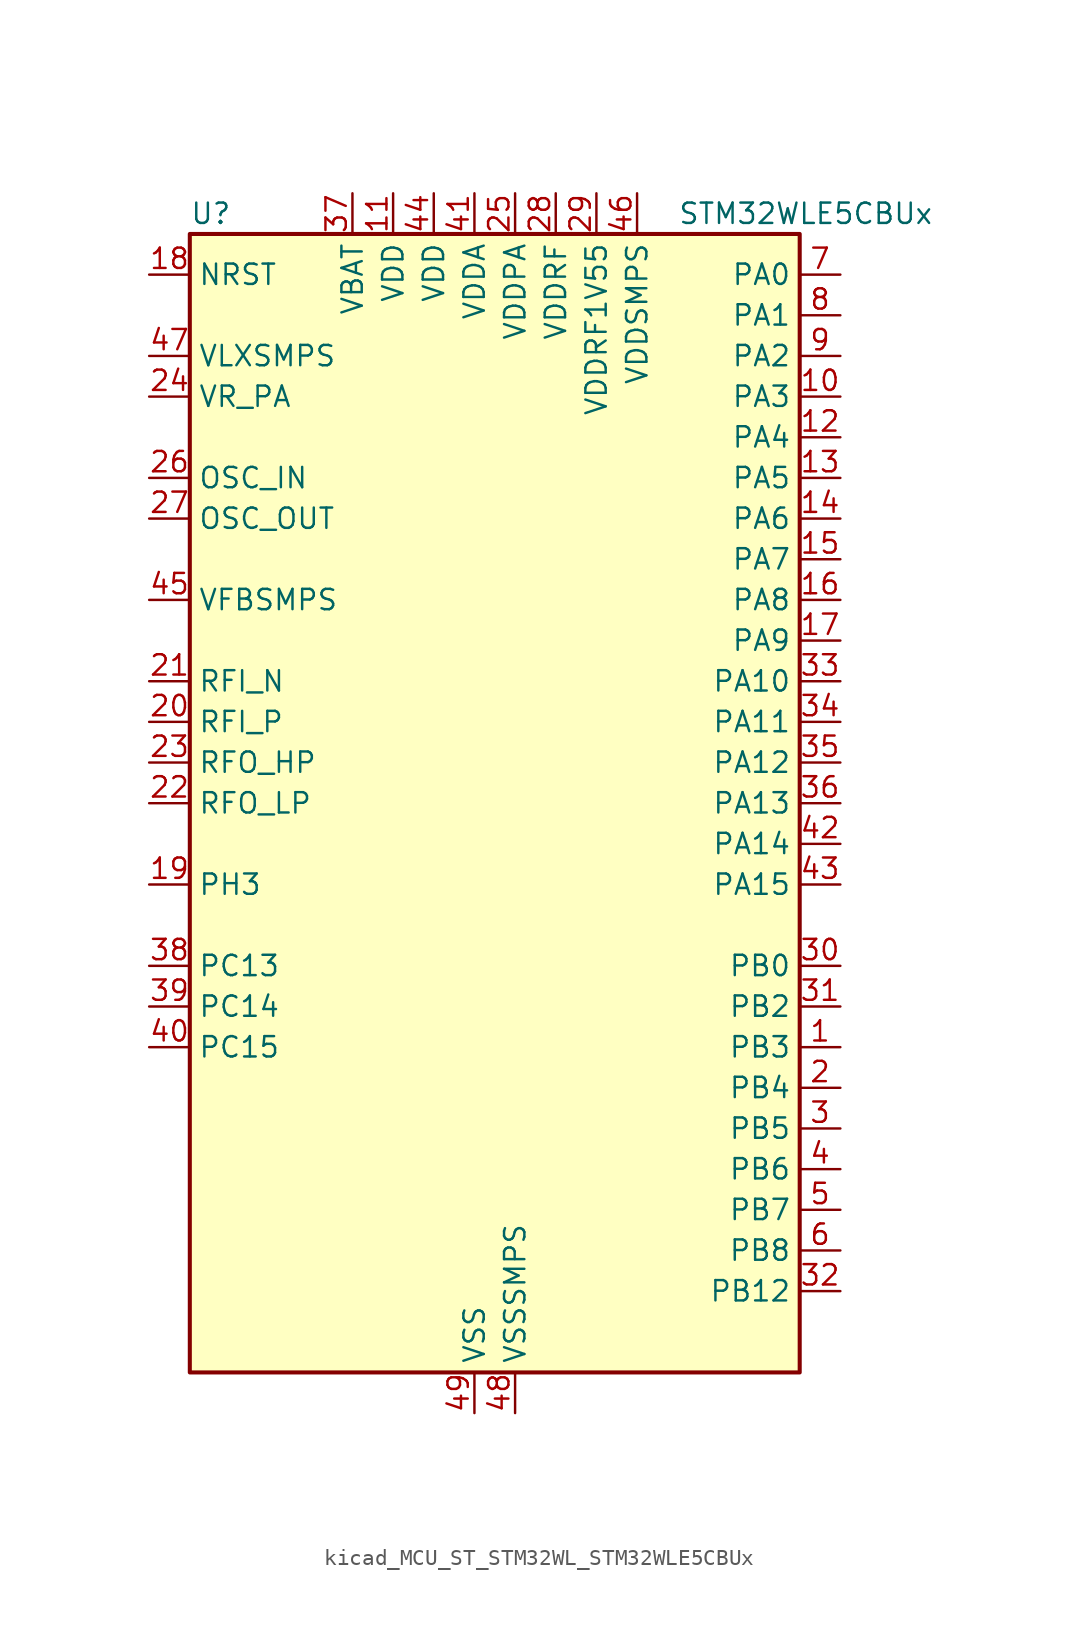
<source format=kicad_sym>
(kicad_symbol_lib
  (version 20220914)
  (generator kicad_symbol_editor)
  (symbol "kicad_MCU_ST_STM32WL_STM32WLE5CBUx"
    (property "Reference" "U"
      (at -17.78 36.83 0)
      (effects (font (size 1.27 1.27)) (justify left)))
    (property "Value" "STM32WLE5CBUx"
      (at 12.7 36.83 0)
      (effects (font (size 1.27 1.27)) (justify left)))
    (property "ki_locked" ""
      (at 0 0 0)
      (effects (font (size 1.27 1.27))))
    (symbol "kicad_MCU_ST_STM32WL_STM32WLE5CBUx_0_1"
      (rectangle (start -17.78 -35.56) (end 20.32 35.56) (stroke (width 0.254) (type default)) (fill (type background))))
    (symbol "kicad_MCU_ST_STM32WL_STM32WLE5CBUx_1_1"
      (pin bidirectional line (at 22.86 -15.24 180) (length 2.54) (name "PB3" (effects (font (size 1.27 1.27)))) (number "1" (effects (font (size 1.27 1.27)))) (alternate "ADC_IN2" bidirectional line) (alternate "COMP1_INM" bidirectional line) (alternate "COMP2_INM" bidirectional line) (alternate "DEBUG_JTDO-SWO" bidirectional line) (alternate "DEBUG_RF-DTB1" bidirectional line) (alternate "PWR_WKUP3" bidirectional line) (alternate "RTC_TAMP_IN3" bidirectional line) (alternate "SPI1_SCK" bidirectional line) (alternate "TIM2_CH2" bidirectional line) (alternate "USART1_DE" bidirectional line) (alternate "USART1_RTS" bidirectional line))
      (pin bidirectional line (at 22.86 25.4 180) (length 2.54) (name "PA3" (effects (font (size 1.27 1.27)))) (number "10" (effects (font (size 1.27 1.27)))) (alternate "I2S2_MCK" bidirectional line) (alternate "LPUART1_RX" bidirectional line) (alternate "TIM2_CH4" bidirectional line) (alternate "USART2_RX" bidirectional line))
      (pin power_in line (at -5.08 38.1 270) (length 2.54) (name "VDD" (effects (font (size 1.27 1.27)))) (number "11" (effects (font (size 1.27 1.27)))))
      (pin bidirectional line (at 22.86 22.86 180) (length 2.54) (name "PA4" (effects (font (size 1.27 1.27)))) (number "12" (effects (font (size 1.27 1.27)))) (alternate "DEBUG_SUBGHZSPI-NSSOUT" bidirectional line) (alternate "LPTIM1_OUT" bidirectional line) (alternate "LPTIM2_OUT" bidirectional line) (alternate "RTC_OUT2" bidirectional line) (alternate "SPI1_NSS" bidirectional line) (alternate "USART2_CK" bidirectional line))
      (pin bidirectional line (at 22.86 20.32 180) (length 2.54) (name "PA5" (effects (font (size 1.27 1.27)))) (number "13" (effects (font (size 1.27 1.27)))) (alternate "DEBUG_SUBGHZSPI-SCKOUT" bidirectional line) (alternate "LPTIM2_ETR" bidirectional line) (alternate "SPI1_SCK" bidirectional line) (alternate "SPI2_MISO" bidirectional line) (alternate "TIM2_CH1" bidirectional line) (alternate "TIM2_ETR" bidirectional line))
      (pin bidirectional line (at 22.86 17.78 180) (length 2.54) (name "PA6" (effects (font (size 1.27 1.27)))) (number "14" (effects (font (size 1.27 1.27)))) (alternate "DEBUG_SUBGHZSPI-MISOOUT" bidirectional line) (alternate "I2C2_SMBA" bidirectional line) (alternate "LPUART1_CTS" bidirectional line) (alternate "SPI1_MISO" bidirectional line) (alternate "TIM16_CH1" bidirectional line) (alternate "TIM1_BKIN" bidirectional line))
      (pin bidirectional line (at 22.86 15.24 180) (length 2.54) (name "PA7" (effects (font (size 1.27 1.27)))) (number "15" (effects (font (size 1.27 1.27)))) (alternate "COMP2_OUT" bidirectional line) (alternate "DEBUG_SUBGHZSPI-MOSIOUT" bidirectional line) (alternate "I2C3_SCL" bidirectional line) (alternate "SPI1_MOSI" bidirectional line) (alternate "TIM17_CH1" bidirectional line) (alternate "TIM1_CH1N" bidirectional line))
      (pin bidirectional line (at 22.86 12.7 180) (length 2.54) (name "PA8" (effects (font (size 1.27 1.27)))) (number "16" (effects (font (size 1.27 1.27)))) (alternate "I2S2_CK" bidirectional line) (alternate "LPTIM2_OUT" bidirectional line) (alternate "RCC_MCO" bidirectional line) (alternate "SPI2_SCK" bidirectional line) (alternate "TIM1_CH1" bidirectional line) (alternate "USART1_CK" bidirectional line))
      (pin bidirectional line (at 22.86 10.16 180) (length 2.54) (name "PA9" (effects (font (size 1.27 1.27)))) (number "17" (effects (font (size 1.27 1.27)))) (alternate "DAC_EXTI9" bidirectional line) (alternate "I2C1_SCL" bidirectional line) (alternate "I2S2_CK" bidirectional line) (alternate "I2S2_WS" bidirectional line) (alternate "SPI2_NSS" bidirectional line) (alternate "SPI2_SCK" bidirectional line) (alternate "TIM1_CH2" bidirectional line) (alternate "USART1_TX" bidirectional line))
      (pin input line (at -20.32 33.02 0) (length 2.54) (name "NRST" (effects (font (size 1.27 1.27)))) (number "18" (effects (font (size 1.27 1.27)))))
      (pin bidirectional line (at -20.32 -5.08 0) (length 2.54) (name "PH3" (effects (font (size 1.27 1.27)))) (number "19" (effects (font (size 1.27 1.27)))))
      (pin bidirectional line (at 22.86 -17.78 180) (length 2.54) (name "PB4" (effects (font (size 1.27 1.27)))) (number "2" (effects (font (size 1.27 1.27)))) (alternate "ADC_IN3" bidirectional line) (alternate "COMP1_INP" bidirectional line) (alternate "COMP2_INP" bidirectional line) (alternate "DEBUG_JTRST" bidirectional line) (alternate "DEBUG_RF-LDORDY" bidirectional line) (alternate "I2C3_SDA" bidirectional line) (alternate "SPI1_MISO" bidirectional line) (alternate "TIM17_BKIN" bidirectional line) (alternate "USART1_CTS" bidirectional line) (alternate "USART1_NSS" bidirectional line))
      (pin bidirectional line (at -20.32 5.08 0) (length 2.54) (name "RFI_P" (effects (font (size 1.27 1.27)))) (number "20" (effects (font (size 1.27 1.27)))))
      (pin bidirectional line (at -20.32 7.62 0) (length 2.54) (name "RFI_N" (effects (font (size 1.27 1.27)))) (number "21" (effects (font (size 1.27 1.27)))))
      (pin bidirectional line (at -20.32 0 0) (length 2.54) (name "RFO_LP" (effects (font (size 1.27 1.27)))) (number "22" (effects (font (size 1.27 1.27)))))
      (pin bidirectional line (at -20.32 2.54 0) (length 2.54) (name "RFO_HP" (effects (font (size 1.27 1.27)))) (number "23" (effects (font (size 1.27 1.27)))))
      (pin power_in line (at -20.32 25.4 0) (length 2.54) (name "VR_PA" (effects (font (size 1.27 1.27)))) (number "24" (effects (font (size 1.27 1.27)))))
      (pin power_in line (at 2.54 38.1 270) (length 2.54) (name "VDDPA" (effects (font (size 1.27 1.27)))) (number "25" (effects (font (size 1.27 1.27)))))
      (pin input line (at -20.32 20.32 0) (length 2.54) (name "OSC_IN" (effects (font (size 1.27 1.27)))) (number "26" (effects (font (size 1.27 1.27)))) (alternate "RCC_OSC_IN" bidirectional line))
      (pin input line (at -20.32 17.78 0) (length 2.54) (name "OSC_OUT" (effects (font (size 1.27 1.27)))) (number "27" (effects (font (size 1.27 1.27)))) (alternate "RCC_OSC_OUT" bidirectional line))
      (pin power_in line (at 5.08 38.1 270) (length 2.54) (name "VDDRF" (effects (font (size 1.27 1.27)))) (number "28" (effects (font (size 1.27 1.27)))))
      (pin power_in line (at 7.62 38.1 270) (length 2.54) (name "VDDRF1V55" (effects (font (size 1.27 1.27)))) (number "29" (effects (font (size 1.27 1.27)))))
      (pin bidirectional line (at 22.86 -20.32 180) (length 2.54) (name "PB5" (effects (font (size 1.27 1.27)))) (number "3" (effects (font (size 1.27 1.27)))) (alternate "COMP2_OUT" bidirectional line) (alternate "I2C1_SMBA" bidirectional line) (alternate "LPTIM1_IN1" bidirectional line) (alternate "SPI1_MOSI" bidirectional line) (alternate "TIM16_BKIN" bidirectional line) (alternate "USART1_CK" bidirectional line))
      (pin bidirectional line (at 22.86 -10.16 180) (length 2.54) (name "PB0" (effects (font (size 1.27 1.27)))) (number "30" (effects (font (size 1.27 1.27)))) (alternate "COMP1_OUT" bidirectional line) (alternate "VDDTCXO" bidirectional line))
      (pin bidirectional line (at 22.86 -12.7 180) (length 2.54) (name "PB2" (effects (font (size 1.27 1.27)))) (number "31" (effects (font (size 1.27 1.27)))) (alternate "ADC_IN4" bidirectional line) (alternate "COMP1_INP" bidirectional line) (alternate "COMP2_INM" bidirectional line) (alternate "DEBUG_RF-SMPSRDY" bidirectional line) (alternate "I2C3_SMBA" bidirectional line) (alternate "LPTIM1_OUT" bidirectional line) (alternate "SPI1_NSS" bidirectional line))
      (pin bidirectional line (at 22.86 -30.48 180) (length 2.54) (name "PB12" (effects (font (size 1.27 1.27)))) (number "32" (effects (font (size 1.27 1.27)))) (alternate "I2C3_SMBA" bidirectional line) (alternate "I2S2_WS" bidirectional line) (alternate "LPUART1_RTS" bidirectional line) (alternate "SPI2_NSS" bidirectional line) (alternate "TIM1_BKIN" bidirectional line))
      (pin bidirectional line (at 22.86 7.62 180) (length 2.54) (name "PA10" (effects (font (size 1.27 1.27)))) (number "33" (effects (font (size 1.27 1.27)))) (alternate "ADC_IN6" bidirectional line) (alternate "COMP1_INM" bidirectional line) (alternate "COMP2_INM" bidirectional line) (alternate "DAC_OUT1" bidirectional line) (alternate "DEBUG_RF-HSE32RDY" bidirectional line) (alternate "I2C1_SDA" bidirectional line) (alternate "I2S2_SD" bidirectional line) (alternate "RTC_REFIN" bidirectional line) (alternate "SPI2_MOSI" bidirectional line) (alternate "TIM17_BKIN" bidirectional line) (alternate "TIM1_CH3" bidirectional line) (alternate "USART1_RX" bidirectional line))
      (pin bidirectional line (at 22.86 5.08 180) (length 2.54) (name "PA11" (effects (font (size 1.27 1.27)))) (number "34" (effects (font (size 1.27 1.27)))) (alternate "ADC_EXTI11" bidirectional line) (alternate "ADC_IN7" bidirectional line) (alternate "COMP1_INM" bidirectional line) (alternate "COMP2_INM" bidirectional line) (alternate "DEBUG_RF-NRESET" bidirectional line) (alternate "I2C2_SDA" bidirectional line) (alternate "LPTIM3_ETR" bidirectional line) (alternate "SPI1_MISO" bidirectional line) (alternate "TIM1_BKIN2" bidirectional line) (alternate "TIM1_CH4" bidirectional line) (alternate "USART1_CTS" bidirectional line) (alternate "USART1_NSS" bidirectional line))
      (pin bidirectional line (at 22.86 2.54 180) (length 2.54) (name "PA12" (effects (font (size 1.27 1.27)))) (number "35" (effects (font (size 1.27 1.27)))) (alternate "ADC_IN8" bidirectional line) (alternate "DEBUG_RF-BUSY" bidirectional line) (alternate "I2C2_SCL" bidirectional line) (alternate "LPTIM3_IN1" bidirectional line) (alternate "SPI1_MOSI" bidirectional line) (alternate "TIM1_ETR" bidirectional line) (alternate "USART1_DE" bidirectional line) (alternate "USART1_RTS" bidirectional line))
      (pin bidirectional line (at 22.86 0 180) (length 2.54) (name "PA13" (effects (font (size 1.27 1.27)))) (number "36" (effects (font (size 1.27 1.27)))) (alternate "ADC_IN9" bidirectional line) (alternate "DEBUG_JTMS-SWDIO" bidirectional line) (alternate "I2C2_SMBA" bidirectional line) (alternate "IR_OUT" bidirectional line))
      (pin power_in line (at -7.62 38.1 270) (length 2.54) (name "VBAT" (effects (font (size 1.27 1.27)))) (number "37" (effects (font (size 1.27 1.27)))))
      (pin bidirectional line (at -20.32 -10.16 0) (length 2.54) (name "PC13" (effects (font (size 1.27 1.27)))) (number "38" (effects (font (size 1.27 1.27)))) (alternate "PWR_WKUP2" bidirectional line) (alternate "RTC_OUT1" bidirectional line) (alternate "RTC_TAMP_IN1" bidirectional line) (alternate "RTC_TS" bidirectional line))
      (pin bidirectional line (at -20.32 -12.7 0) (length 2.54) (name "PC14" (effects (font (size 1.27 1.27)))) (number "39" (effects (font (size 1.27 1.27)))) (alternate "RCC_OSC32_IN" bidirectional line))
      (pin bidirectional line (at 22.86 -22.86 180) (length 2.54) (name "PB6" (effects (font (size 1.27 1.27)))) (number "4" (effects (font (size 1.27 1.27)))) (alternate "I2C1_SCL" bidirectional line) (alternate "LPTIM1_ETR" bidirectional line) (alternate "TIM16_CH1N" bidirectional line) (alternate "USART1_TX" bidirectional line))
      (pin bidirectional line (at -20.32 -15.24 0) (length 2.54) (name "PC15" (effects (font (size 1.27 1.27)))) (number "40" (effects (font (size 1.27 1.27)))) (alternate "RCC_OSC32_OUT" bidirectional line))
      (pin power_in line (at 0 38.1 270) (length 2.54) (name "VDDA" (effects (font (size 1.27 1.27)))) (number "41" (effects (font (size 1.27 1.27)))))
      (pin bidirectional line (at 22.86 -2.54 180) (length 2.54) (name "PA14" (effects (font (size 1.27 1.27)))) (number "42" (effects (font (size 1.27 1.27)))) (alternate "ADC_IN10" bidirectional line) (alternate "DEBUG_JTCK-SWCLK" bidirectional line) (alternate "I2C1_SMBA" bidirectional line) (alternate "LPTIM1_OUT" bidirectional line))
      (pin bidirectional line (at 22.86 -5.08 180) (length 2.54) (name "PA15" (effects (font (size 1.27 1.27)))) (number "43" (effects (font (size 1.27 1.27)))) (alternate "ADC_IN11" bidirectional line) (alternate "COMP1_INM" bidirectional line) (alternate "COMP2_INP" bidirectional line) (alternate "DEBUG_JTDI" bidirectional line) (alternate "I2C2_SDA" bidirectional line) (alternate "SPI1_NSS" bidirectional line) (alternate "TIM2_CH1" bidirectional line) (alternate "TIM2_ETR" bidirectional line))
      (pin power_in line (at -2.54 38.1 270) (length 2.54) (name "VDD" (effects (font (size 1.27 1.27)))) (number "44" (effects (font (size 1.27 1.27)))))
      (pin input line (at -20.32 12.7 0) (length 2.54) (name "VFBSMPS" (effects (font (size 1.27 1.27)))) (number "45" (effects (font (size 1.27 1.27)))))
      (pin power_in line (at 10.16 38.1 270) (length 2.54) (name "VDDSMPS" (effects (font (size 1.27 1.27)))) (number "46" (effects (font (size 1.27 1.27)))))
      (pin power_in line (at -20.32 27.94 0) (length 2.54) (name "VLXSMPS" (effects (font (size 1.27 1.27)))) (number "47" (effects (font (size 1.27 1.27)))))
      (pin power_in line (at 2.54 -38.1 90) (length 2.54) (name "VSSSMPS" (effects (font (size 1.27 1.27)))) (number "48" (effects (font (size 1.27 1.27)))))
      (pin power_in line (at 0 -38.1 90) (length 2.54) (name "VSS" (effects (font (size 1.27 1.27)))) (number "49" (effects (font (size 1.27 1.27)))))
      (pin bidirectional line (at 22.86 -25.4 180) (length 2.54) (name "PB7" (effects (font (size 1.27 1.27)))) (number "5" (effects (font (size 1.27 1.27)))) (alternate "I2C1_SDA" bidirectional line) (alternate "LPTIM1_IN2" bidirectional line) (alternate "PWR_PVD_IN" bidirectional line) (alternate "TIM17_CH1N" bidirectional line) (alternate "TIM1_BKIN" bidirectional line) (alternate "USART1_RX" bidirectional line))
      (pin bidirectional line (at 22.86 -27.94 180) (length 2.54) (name "PB8" (effects (font (size 1.27 1.27)))) (number "6" (effects (font (size 1.27 1.27)))) (alternate "I2C1_SCL" bidirectional line) (alternate "TIM16_CH1" bidirectional line) (alternate "TIM1_CH2N" bidirectional line))
      (pin bidirectional line (at 22.86 33.02 180) (length 2.54) (name "PA0" (effects (font (size 1.27 1.27)))) (number "7" (effects (font (size 1.27 1.27)))) (alternate "COMP1_OUT" bidirectional line) (alternate "DEBUG_PWR-REGLP1S" bidirectional line) (alternate "I2C3_SMBA" bidirectional line) (alternate "I2S_CKIN" bidirectional line) (alternate "PWR_WKUP1" bidirectional line) (alternate "RTC_TAMP_IN2" bidirectional line) (alternate "TIM2_CH1" bidirectional line) (alternate "TIM2_ETR" bidirectional line) (alternate "USART2_CTS" bidirectional line) (alternate "USART2_NSS" bidirectional line))
      (pin bidirectional line (at 22.86 30.48 180) (length 2.54) (name "PA1" (effects (font (size 1.27 1.27)))) (number "8" (effects (font (size 1.27 1.27)))) (alternate "DEBUG_PWR-REGLP2S" bidirectional line) (alternate "I2C1_SMBA" bidirectional line) (alternate "LPTIM3_OUT" bidirectional line) (alternate "LPUART1_RTS" bidirectional line) (alternate "SPI1_SCK" bidirectional line) (alternate "TIM2_CH2" bidirectional line) (alternate "USART2_DE" bidirectional line) (alternate "USART2_RTS" bidirectional line))
      (pin bidirectional line (at 22.86 27.94 180) (length 2.54) (name "PA2" (effects (font (size 1.27 1.27)))) (number "9" (effects (font (size 1.27 1.27)))) (alternate "COMP2_OUT" bidirectional line) (alternate "DEBUG_PWR-LDORDY" bidirectional line) (alternate "LPUART1_TX" bidirectional line) (alternate "RCC_LSCO" bidirectional line) (alternate "TIM2_CH3" bidirectional line) (alternate "USART2_TX" bidirectional line)))))
</source>
